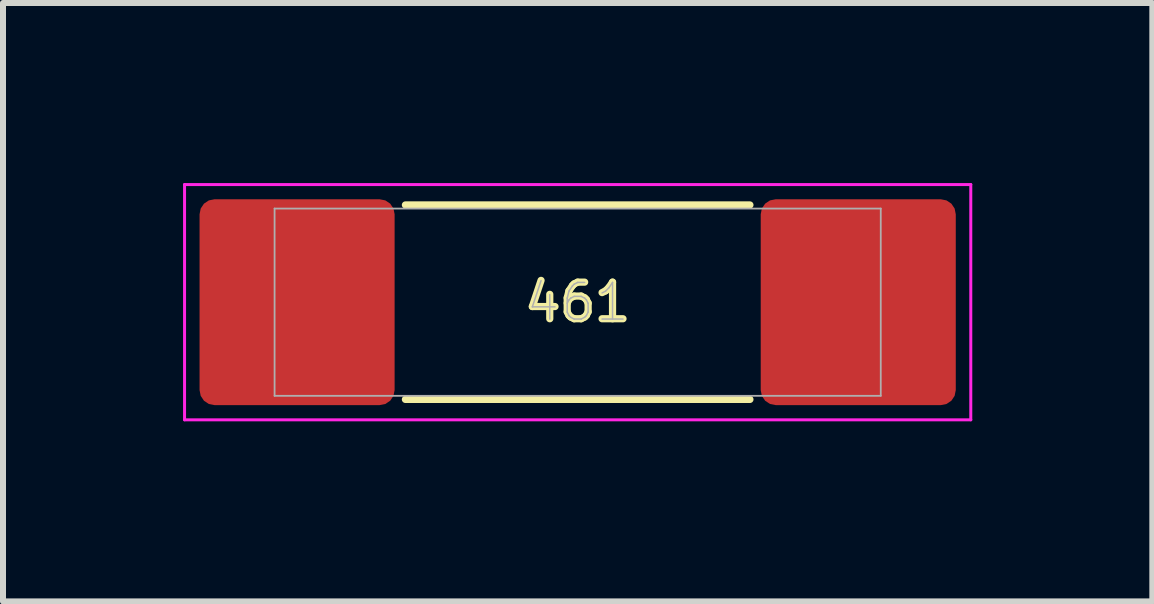
<source format=kicad_pcb>
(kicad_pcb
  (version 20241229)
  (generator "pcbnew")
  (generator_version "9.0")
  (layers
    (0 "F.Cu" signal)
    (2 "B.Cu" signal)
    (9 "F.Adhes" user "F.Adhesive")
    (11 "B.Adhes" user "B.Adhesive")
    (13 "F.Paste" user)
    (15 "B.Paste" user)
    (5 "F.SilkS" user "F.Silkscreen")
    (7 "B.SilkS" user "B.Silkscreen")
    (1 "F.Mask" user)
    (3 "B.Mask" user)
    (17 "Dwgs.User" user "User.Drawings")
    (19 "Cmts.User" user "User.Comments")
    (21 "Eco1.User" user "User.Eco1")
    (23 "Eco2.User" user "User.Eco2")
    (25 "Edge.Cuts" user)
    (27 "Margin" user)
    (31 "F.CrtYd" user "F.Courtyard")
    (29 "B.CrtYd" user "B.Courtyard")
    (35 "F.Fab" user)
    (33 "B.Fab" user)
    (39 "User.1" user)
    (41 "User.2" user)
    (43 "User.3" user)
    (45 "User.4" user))
  (footprint "461"
    (layer "F.Cu")
    (at 6.575 1.985)
    (property "Reference" "461" (at 0 0 0) (layer "F.SilkS") (effects (font (size 0.61 0.61) (thickness 0.12))))
    (attr smd)
    (fp_line (start -2.87 1.62) (end 2.87 1.62) (stroke (width 0.12) (type solid)) (layer "F.SilkS"))
    (fp_line (start 2.87 -1.62) (end -2.87 -1.62) (stroke (width 0.12) (type solid)) (layer "F.SilkS"))
    (fp_line (start -6.55 -1.96) (end 6.55 -1.96) (stroke (width 0.05) (type solid)) (layer "F.CrtYd"))
    (fp_line (start -6.55 1.96) (end -6.55 -1.96) (stroke (width 0.05) (type solid)) (layer "F.CrtYd"))
    (fp_line (start 6.55 -1.96) (end 6.55 1.96) (stroke (width 0.05) (type solid)) (layer "F.CrtYd"))
    (fp_line (start 6.55 1.96) (end -6.55 1.96) (stroke (width 0.05) (type solid)) (layer "F.CrtYd"))
    (fp_line (start -5.05 -1.56) (end 5.05 -1.56) (stroke (width 0.03) (type solid)) (layer "F.Fab"))
    (fp_line (start -5.05 1.56) (end -5.05 -1.56) (stroke (width 0.03) (type solid)) (layer "F.Fab"))
    (fp_line (start 5.05 -1.56) (end 5.05 1.56) (stroke (width 0.03) (type solid)) (layer "F.Fab"))
    (fp_line (start 5.05 1.56) (end -5.05 1.56) (stroke (width 0.03) (type solid)) (layer "F.Fab"))
    (fp_text user "${REFERENCE}" (at 0 0 0) (layer "F.Fab") (effects (font (size 0.61 0.61) (thickness 0.025))))
    (pad "1" smd roundrect (at -4.675 0) (size 3.25 3.43) (layers "F.Cu" "F.Mask" "F.Paste") (roundrect_rratio 0.077))
    (pad "2" smd roundrect (at 4.675 0) (size 3.25 3.43) (layers "F.Cu" "F.Mask" "F.Paste") (roundrect_rratio 0.077)))
  (gr_rect
    (start -3 -3)
    (end 16.15 6.97)
    (stroke (width 0.1) (type default))
    (fill no)
    (layer "Edge.Cuts")))
</source>
